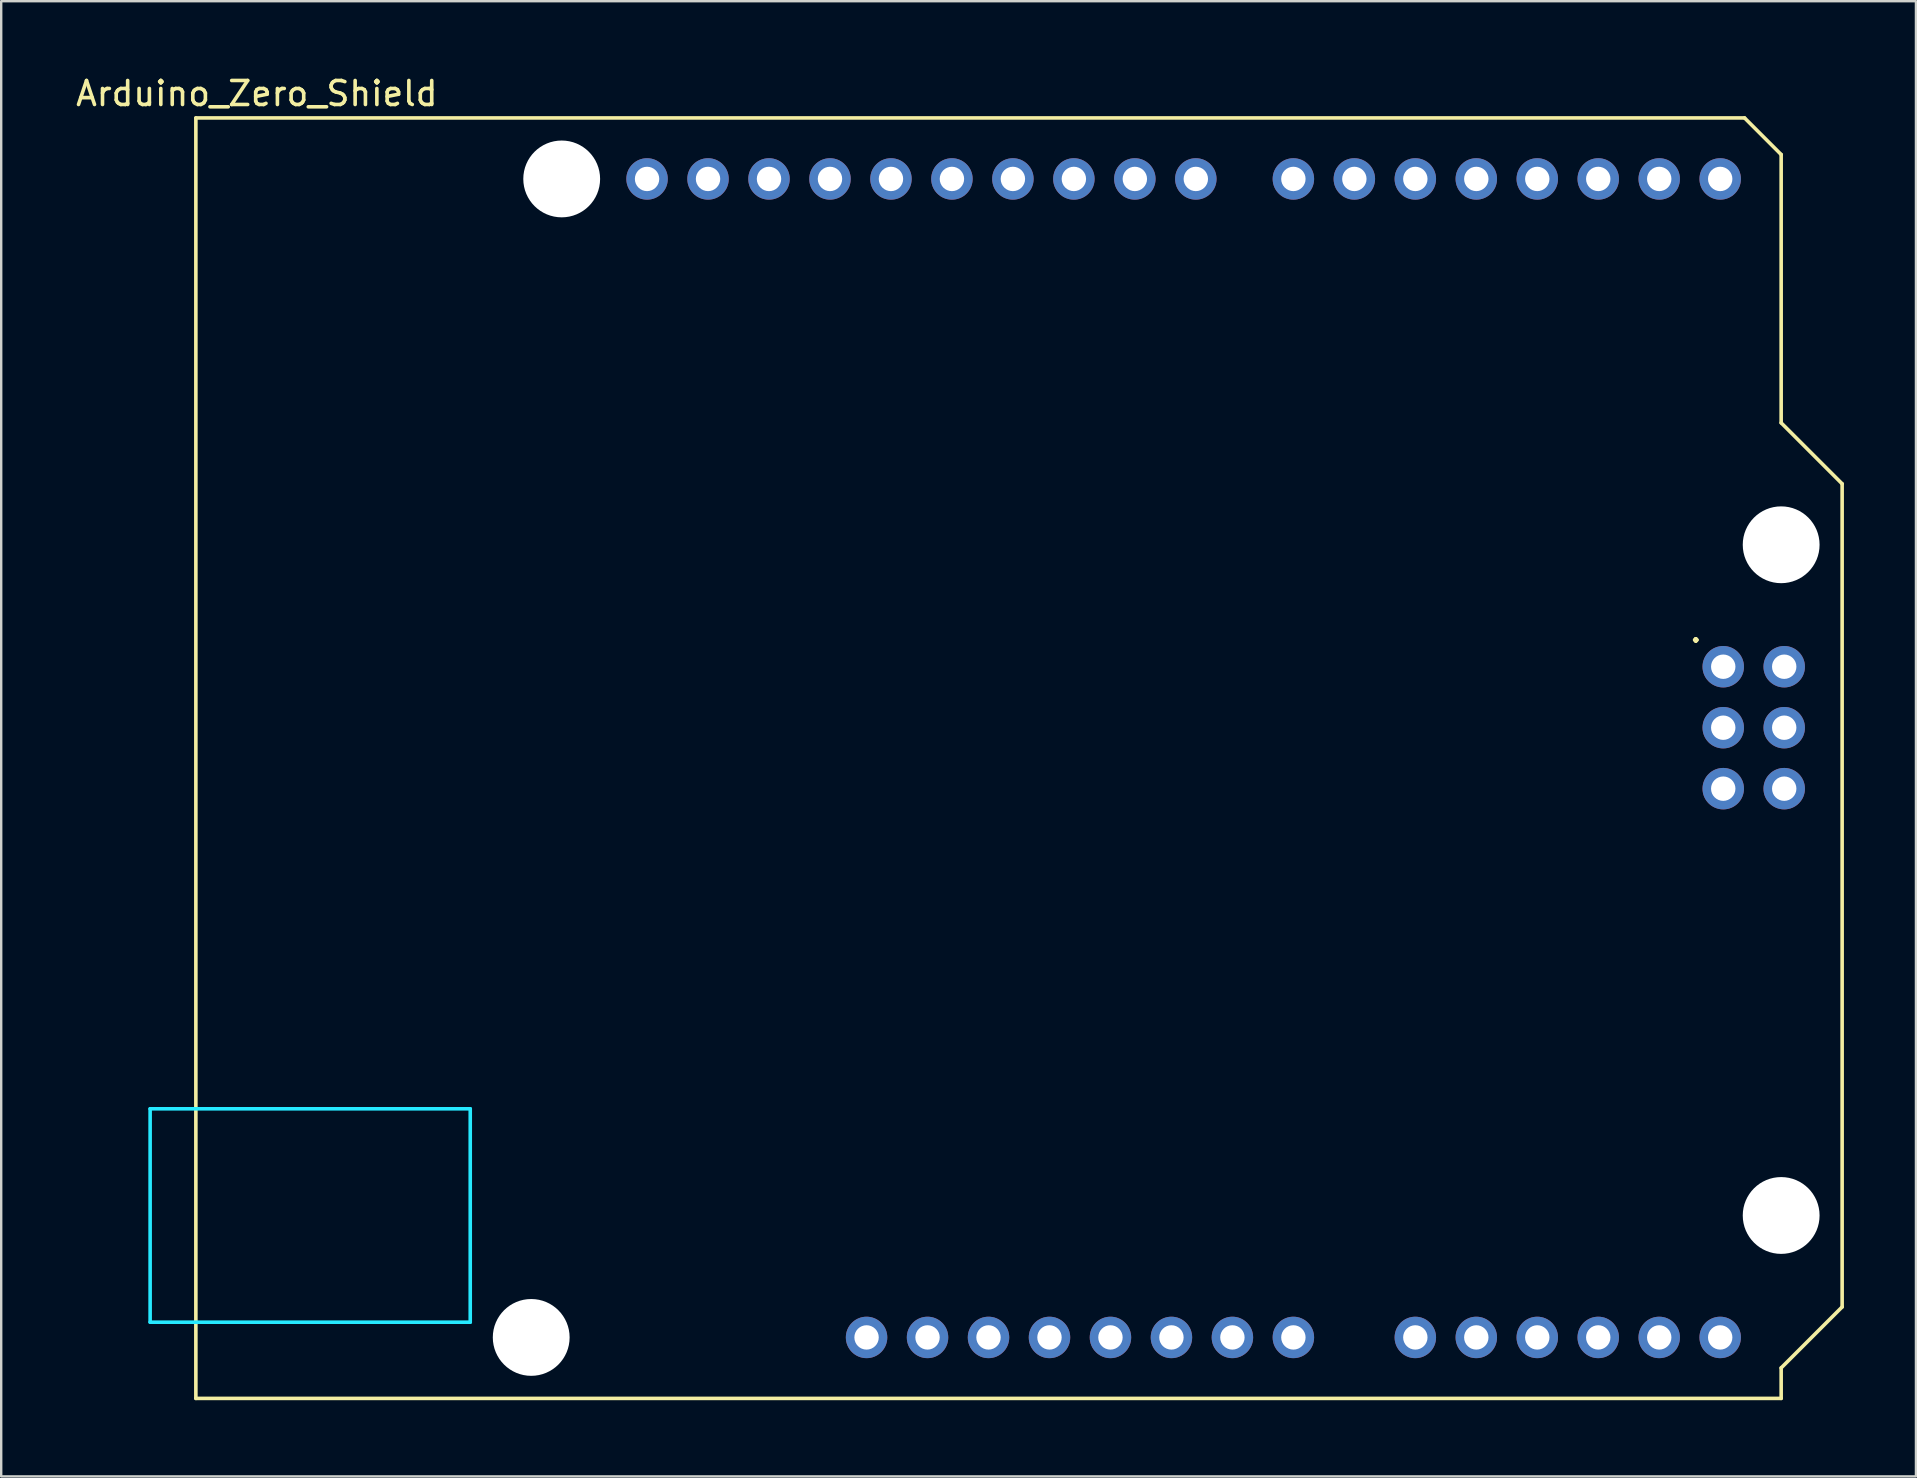
<source format=kicad_pcb>
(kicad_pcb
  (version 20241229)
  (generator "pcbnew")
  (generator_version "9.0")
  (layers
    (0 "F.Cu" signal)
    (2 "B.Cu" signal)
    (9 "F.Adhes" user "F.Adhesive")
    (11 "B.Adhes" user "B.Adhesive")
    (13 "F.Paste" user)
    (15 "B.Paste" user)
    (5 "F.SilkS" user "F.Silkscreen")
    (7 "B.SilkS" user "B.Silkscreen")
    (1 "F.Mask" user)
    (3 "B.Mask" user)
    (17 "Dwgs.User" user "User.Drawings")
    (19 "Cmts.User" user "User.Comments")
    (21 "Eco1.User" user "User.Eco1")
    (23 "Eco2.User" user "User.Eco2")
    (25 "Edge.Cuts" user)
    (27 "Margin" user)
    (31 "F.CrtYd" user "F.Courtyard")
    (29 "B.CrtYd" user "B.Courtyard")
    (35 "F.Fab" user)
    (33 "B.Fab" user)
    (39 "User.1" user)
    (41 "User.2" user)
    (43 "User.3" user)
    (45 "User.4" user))
  (footprint "Arduino_Zero_Shield"
    (layer "F.Cu")
    (at 5.109 55.204)
    (property "Reference" "Arduino_Zero_Shield" (at 2.54 -54.356 0) (layer "F.SilkS") (effects (font (size 1 1) (thickness 0.15))))
    (attr through_hole)
    (fp_line (start 0 -53.34) (end 0 0) (stroke (width 0.15) (type solid)) (layer "F.SilkS"))
    (fp_line (start 0 -53.34) (end 64.516 -53.34) (stroke (width 0.15) (type solid)) (layer "F.SilkS"))
    (fp_line (start 0 0) (end 66.04 0) (stroke (width 0.15) (type solid)) (layer "F.SilkS"))
    (fp_line (start 64.516 -53.34) (end 66.04 -51.816) (stroke (width 0.15) (type solid)) (layer "F.SilkS"))
    (fp_line (start 66.04 -40.64) (end 66.04 -51.816) (stroke (width 0.15) (type solid)) (layer "F.SilkS"))
    (fp_line (start 66.04 -1.27) (end 68.58 -3.81) (stroke (width 0.15) (type solid)) (layer "F.SilkS"))
    (fp_line (start 66.04 0) (end 66.04 -1.27) (stroke (width 0.15) (type solid)) (layer "F.SilkS"))
    (fp_line (start 68.58 -38.1) (end 66.04 -40.64) (stroke (width 0.15) (type solid)) (layer "F.SilkS"))
    (fp_line (start 68.58 -3.81) (end 68.58 -38.1) (stroke (width 0.15) (type solid)) (layer "F.SilkS"))
    (fp_line (start -1.905 -12.065) (end -1.905 -3.175) (stroke (width 0.15) (type solid)) (layer "B.CrtYd"))
    (fp_line (start -1.905 -12.065) (end 11.43 -12.065) (stroke (width 0.15) (type solid)) (layer "B.CrtYd"))
    (fp_line (start -1.905 -3.175) (end 11.43 -3.175) (stroke (width 0.15) (type solid)) (layer "B.CrtYd"))
    (fp_line (start 11.43 -12.065) (end 11.43 -3.175) (stroke (width 0.15) (type solid)) (layer "B.CrtYd"))
    (fp_text user "." (at 62.484 -32.004 0) (layer "F.SilkS") (effects (font (size 1 1) (thickness 0.15))))
    (pad "" np_thru_hole circle (at 13.97 -2.54) (size 3.2 3.2) (drill 3.2) (layers "*.Cu" "*.Mask"))
    (pad "" np_thru_hole circle (at 15.24 -50.8) (size 3.2 3.2) (drill 3.2) (layers "*.Cu" "*.Mask"))
    (pad "" np_thru_hole circle (at 66.04 -35.56) (size 3.2 3.2) (drill 3.2) (layers "*.Cu" "*.Mask"))
    (pad "" np_thru_hole circle (at 66.04 -7.62) (size 3.2 3.2) (drill 3.2) (layers "*.Cu" "*.Mask"))
    (pad "3V3" thru_hole oval (at 35.56 -2.54) (size 1.727 1.727) (drill 1.016) (layers "*.Cu" "*.Mask"))
    (pad "5V1" thru_hole oval (at 38.1 -2.54) (size 1.727 1.727) (drill 1.016) (layers "*.Cu" "*.Mask"))
    (pad "5V2" thru_hole oval (at 66.167 -30.48) (size 1.727 1.727) (drill 1.016) (layers "*.Cu" "*.Mask"))
    (pad "A0" thru_hole oval (at 50.8 -2.54) (size 1.727 1.727) (drill 1.016) (layers "*.Cu" "*.Mask"))
    (pad "A1" thru_hole oval (at 53.34 -2.54) (size 1.727 1.727) (drill 1.016) (layers "*.Cu" "*.Mask"))
    (pad "A2" thru_hole oval (at 55.88 -2.54) (size 1.727 1.727) (drill 1.016) (layers "*.Cu" "*.Mask"))
    (pad "A3" thru_hole oval (at 58.42 -2.54) (size 1.727 1.727) (drill 1.016) (layers "*.Cu" "*.Mask"))
    (pad "A4" thru_hole oval (at 60.96 -2.54) (size 1.727 1.727) (drill 1.016) (layers "*.Cu" "*.Mask"))
    (pad "A5" thru_hole oval (at 63.5 -2.54) (size 1.727 1.727) (drill 1.016) (layers "*.Cu" "*.Mask"))
    (pad "AREF" thru_hole oval (at 23.876 -50.8) (size 1.727 1.727) (drill 1.016) (layers "*.Cu" "*.Mask"))
    (pad "ATN" thru_hole oval (at 27.94 -2.54) (size 1.727 1.727) (drill 1.016) (layers "*.Cu" "*.Mask"))
    (pad "D0" thru_hole oval (at 63.5 -50.8) (size 1.727 1.727) (drill 1.016) (layers "*.Cu" "*.Mask"))
    (pad "D1" thru_hole oval (at 60.96 -50.8) (size 1.727 1.727) (drill 1.016) (layers "*.Cu" "*.Mask"))
    (pad "D2" thru_hole oval (at 58.42 -50.8) (size 1.727 1.727) (drill 1.016) (layers "*.Cu" "*.Mask"))
    (pad "D3" thru_hole oval (at 55.88 -50.8) (size 1.727 1.727) (drill 1.016) (layers "*.Cu" "*.Mask"))
    (pad "D4" thru_hole oval (at 53.34 -50.8) (size 1.727 1.727) (drill 1.016) (layers "*.Cu" "*.Mask"))
    (pad "D5" thru_hole oval (at 50.8 -50.8) (size 1.727 1.727) (drill 1.016) (layers "*.Cu" "*.Mask"))
    (pad "D6" thru_hole oval (at 48.26 -50.8) (size 1.727 1.727) (drill 1.016) (layers "*.Cu" "*.Mask"))
    (pad "D7" thru_hole oval (at 45.72 -50.8) (size 1.727 1.727) (drill 1.016) (layers "*.Cu" "*.Mask"))
    (pad "D8" thru_hole oval (at 41.656 -50.8) (size 1.727 1.727) (drill 1.016) (layers "*.Cu" "*.Mask"))
    (pad "D9" thru_hole oval (at 39.116 -50.8) (size 1.727 1.727) (drill 1.016) (layers "*.Cu" "*.Mask"))
    (pad "D10" thru_hole oval (at 36.576 -50.8) (size 1.727 1.727) (drill 1.016) (layers "*.Cu" "*.Mask"))
    (pad "D11" thru_hole oval (at 34.036 -50.8) (size 1.727 1.727) (drill 1.016) (layers "*.Cu" "*.Mask"))
    (pad "D12" thru_hole oval (at 31.496 -50.8) (size 1.727 1.727) (drill 1.016) (layers "*.Cu" "*.Mask"))
    (pad "D13" thru_hole oval (at 28.956 -50.8) (size 1.727 1.727) (drill 1.016) (layers "*.Cu" "*.Mask"))
    (pad "GND1" thru_hole oval (at 26.416 -50.8) (size 1.727 1.727) (drill 1.016) (layers "*.Cu" "*.Mask"))
    (pad "GND2" thru_hole oval (at 40.64 -2.54) (size 1.727 1.727) (drill 1.016) (layers "*.Cu" "*.Mask"))
    (pad "GND3" thru_hole oval (at 43.18 -2.54) (size 1.727 1.727) (drill 1.016) (layers "*.Cu" "*.Mask"))
    (pad "GND4" thru_hole oval (at 66.167 -25.4) (size 1.727 1.727) (drill 1.016) (layers "*.Cu" "*.Mask"))
    (pad "IORF" thru_hole oval (at 30.48 -2.54) (size 1.727 1.727) (drill 1.016) (layers "*.Cu" "*.Mask"))
    (pad "MISO" thru_hole oval (at 63.627 -30.48) (size 1.727 1.727) (drill 1.016) (layers "*.Cu" "*.Mask"))
    (pad "MOSI" thru_hole oval (at 66.167 -27.94) (size 1.727 1.727) (drill 1.016) (layers "*.Cu" "*.Mask"))
    (pad "RST1" thru_hole oval (at 33.02 -2.54) (size 1.727 1.727) (drill 1.016) (layers "*.Cu" "*.Mask"))
    (pad "RST2" thru_hole oval (at 63.627 -25.4) (size 1.727 1.727) (drill 1.016) (layers "*.Cu" "*.Mask"))
    (pad "SCK" thru_hole oval (at 63.627 -27.94) (size 1.727 1.727) (drill 1.016) (layers "*.Cu" "*.Mask"))
    (pad "SCL" thru_hole oval (at 18.796 -50.8) (size 1.727 1.727) (drill 1.016) (layers "*.Cu" "*.Mask"))
    (pad "SDA" thru_hole oval (at 21.336 -50.8) (size 1.727 1.727) (drill 1.016) (layers "*.Cu" "*.Mask"))
    (pad "VIN" thru_hole oval (at 45.72 -2.54) (size 1.727 1.727) (drill 1.016) (layers "*.Cu" "*.Mask")))
  (gr_rect
    (start -3 -3)
    (end 76.764 58.454)
    (stroke (width 0.1) (type default))
    (fill no)
    (layer "Edge.Cuts")))
</source>
